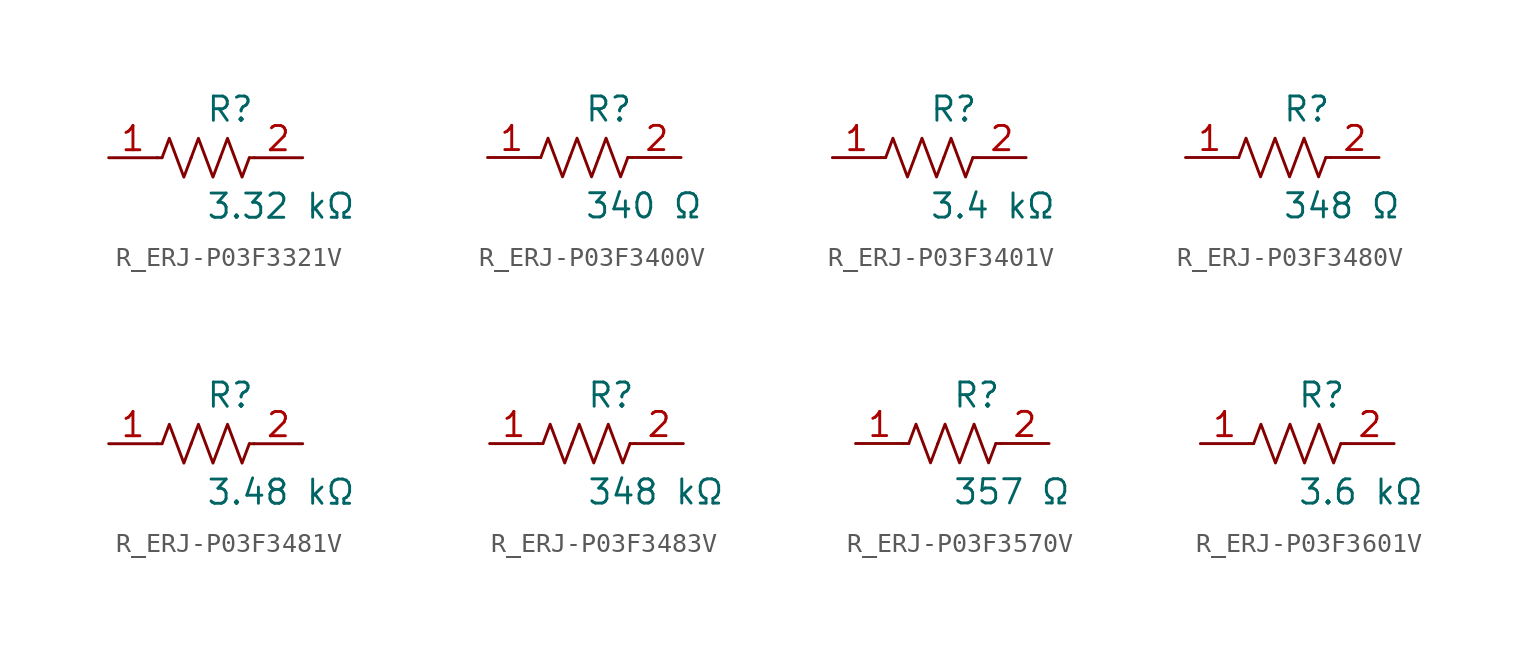
<source format=kicad_sym>
(kicad_symbol_lib
  (version 20231120)
  (generator kicad_symbol_editor)
  (generator_version 8.0)
  (symbol "R_ERJ-P03F3321V"
    (pin_names
      (offset 0.254))
    (property "Reference" "R"
      (at 0.0 2.54 0)
      (effects (font (size 1.27 1.27)) (justify left)))
    (property "Value" "3.32 kΩ"
      (at 0.0 -2.54 0)
      (effects (font (size 1.27 1.27)) (justify left)))
    (symbol "R_ERJ-P03F3321V_0_1"
      (polyline (pts (xy 2.286 0) (xy 2.54 0)) (stroke (width 0) (type default)) (fill (type none)))
      (polyline (pts (xy -2.286 0) (xy -2.54 0)) (stroke (width 0) (type default)) (fill (type none)))
      (polyline (pts (xy 0.762 0) (xy 1.143 1.016) (xy 1.524 0) (xy 1.905 -1.016) (xy 2.286 0)) (stroke (width 0) (type default)) (fill (type none)))
      (polyline (pts (xy -0.762 0) (xy -0.381 1.016) (xy 0 0) (xy 0.381 -1.016) (xy 0.762 0)) (stroke (width 0) (type default)) (fill (type none)))
      (polyline (pts (xy -2.286 0) (xy -1.905 1.016) (xy -1.524 0) (xy -1.143 -1.016) (xy -0.762 0)) (stroke (width 0) (type default)) (fill (type none))))
    (pin unspecified line
      (at -5.08 0 0)
      (length 2.54)
      (name "" (effects (font (size 1.27 1.27))))
      (number "1" (effects (font (size 1.27 1.27)))))
    (pin unspecified line
      (at 5.08 0 180)
      (length 2.54)
      (name "" (effects (font (size 1.27 1.27))))
      (number "2" (effects (font (size 1.27 1.27))))))
  (symbol "R_ERJ-P03F3400V"
    (pin_names
      (offset 0.254))
    (property "Reference" "R"
      (at 0.0 2.54 0)
      (effects (font (size 1.27 1.27)) (justify left)))
    (property "Value" "340 Ω"
      (at 0.0 -2.54 0)
      (effects (font (size 1.27 1.27)) (justify left)))
    (symbol "R_ERJ-P03F3400V_0_1"
      (polyline (pts (xy 2.286 0) (xy 2.54 0)) (stroke (width 0) (type default)) (fill (type none)))
      (polyline (pts (xy -2.286 0) (xy -2.54 0)) (stroke (width 0) (type default)) (fill (type none)))
      (polyline (pts (xy 0.762 0) (xy 1.143 1.016) (xy 1.524 0) (xy 1.905 -1.016) (xy 2.286 0)) (stroke (width 0) (type default)) (fill (type none)))
      (polyline (pts (xy -0.762 0) (xy -0.381 1.016) (xy 0 0) (xy 0.381 -1.016) (xy 0.762 0)) (stroke (width 0) (type default)) (fill (type none)))
      (polyline (pts (xy -2.286 0) (xy -1.905 1.016) (xy -1.524 0) (xy -1.143 -1.016) (xy -0.762 0)) (stroke (width 0) (type default)) (fill (type none))))
    (pin unspecified line
      (at -5.08 0 0)
      (length 2.54)
      (name "" (effects (font (size 1.27 1.27))))
      (number "1" (effects (font (size 1.27 1.27)))))
    (pin unspecified line
      (at 5.08 0 180)
      (length 2.54)
      (name "" (effects (font (size 1.27 1.27))))
      (number "2" (effects (font (size 1.27 1.27))))))
  (symbol "R_ERJ-P03F3401V"
    (pin_names
      (offset 0.254))
    (property "Reference" "R"
      (at 0.0 2.54 0)
      (effects (font (size 1.27 1.27)) (justify left)))
    (property "Value" "3.4 kΩ"
      (at 0.0 -2.54 0)
      (effects (font (size 1.27 1.27)) (justify left)))
    (symbol "R_ERJ-P03F3401V_0_1"
      (polyline (pts (xy 2.286 0) (xy 2.54 0)) (stroke (width 0) (type default)) (fill (type none)))
      (polyline (pts (xy -2.286 0) (xy -2.54 0)) (stroke (width 0) (type default)) (fill (type none)))
      (polyline (pts (xy 0.762 0) (xy 1.143 1.016) (xy 1.524 0) (xy 1.905 -1.016) (xy 2.286 0)) (stroke (width 0) (type default)) (fill (type none)))
      (polyline (pts (xy -0.762 0) (xy -0.381 1.016) (xy 0 0) (xy 0.381 -1.016) (xy 0.762 0)) (stroke (width 0) (type default)) (fill (type none)))
      (polyline (pts (xy -2.286 0) (xy -1.905 1.016) (xy -1.524 0) (xy -1.143 -1.016) (xy -0.762 0)) (stroke (width 0) (type default)) (fill (type none))))
    (pin unspecified line
      (at -5.08 0 0)
      (length 2.54)
      (name "" (effects (font (size 1.27 1.27))))
      (number "1" (effects (font (size 1.27 1.27)))))
    (pin unspecified line
      (at 5.08 0 180)
      (length 2.54)
      (name "" (effects (font (size 1.27 1.27))))
      (number "2" (effects (font (size 1.27 1.27))))))
  (symbol "R_ERJ-P03F3480V"
    (pin_names
      (offset 0.254))
    (property "Reference" "R"
      (at 0.0 2.54 0)
      (effects (font (size 1.27 1.27)) (justify left)))
    (property "Value" "348 Ω"
      (at 0.0 -2.54 0)
      (effects (font (size 1.27 1.27)) (justify left)))
    (symbol "R_ERJ-P03F3480V_0_1"
      (polyline (pts (xy 2.286 0) (xy 2.54 0)) (stroke (width 0) (type default)) (fill (type none)))
      (polyline (pts (xy -2.286 0) (xy -2.54 0)) (stroke (width 0) (type default)) (fill (type none)))
      (polyline (pts (xy 0.762 0) (xy 1.143 1.016) (xy 1.524 0) (xy 1.905 -1.016) (xy 2.286 0)) (stroke (width 0) (type default)) (fill (type none)))
      (polyline (pts (xy -0.762 0) (xy -0.381 1.016) (xy 0 0) (xy 0.381 -1.016) (xy 0.762 0)) (stroke (width 0) (type default)) (fill (type none)))
      (polyline (pts (xy -2.286 0) (xy -1.905 1.016) (xy -1.524 0) (xy -1.143 -1.016) (xy -0.762 0)) (stroke (width 0) (type default)) (fill (type none))))
    (pin unspecified line
      (at -5.08 0 0)
      (length 2.54)
      (name "" (effects (font (size 1.27 1.27))))
      (number "1" (effects (font (size 1.27 1.27)))))
    (pin unspecified line
      (at 5.08 0 180)
      (length 2.54)
      (name "" (effects (font (size 1.27 1.27))))
      (number "2" (effects (font (size 1.27 1.27))))))
  (symbol "R_ERJ-P03F3481V"
    (pin_names
      (offset 0.254))
    (property "Reference" "R"
      (at 0.0 2.54 0)
      (effects (font (size 1.27 1.27)) (justify left)))
    (property "Value" "3.48 kΩ"
      (at 0.0 -2.54 0)
      (effects (font (size 1.27 1.27)) (justify left)))
    (symbol "R_ERJ-P03F3481V_0_1"
      (polyline (pts (xy 2.286 0) (xy 2.54 0)) (stroke (width 0) (type default)) (fill (type none)))
      (polyline (pts (xy -2.286 0) (xy -2.54 0)) (stroke (width 0) (type default)) (fill (type none)))
      (polyline (pts (xy 0.762 0) (xy 1.143 1.016) (xy 1.524 0) (xy 1.905 -1.016) (xy 2.286 0)) (stroke (width 0) (type default)) (fill (type none)))
      (polyline (pts (xy -0.762 0) (xy -0.381 1.016) (xy 0 0) (xy 0.381 -1.016) (xy 0.762 0)) (stroke (width 0) (type default)) (fill (type none)))
      (polyline (pts (xy -2.286 0) (xy -1.905 1.016) (xy -1.524 0) (xy -1.143 -1.016) (xy -0.762 0)) (stroke (width 0) (type default)) (fill (type none))))
    (pin unspecified line
      (at -5.08 0 0)
      (length 2.54)
      (name "" (effects (font (size 1.27 1.27))))
      (number "1" (effects (font (size 1.27 1.27)))))
    (pin unspecified line
      (at 5.08 0 180)
      (length 2.54)
      (name "" (effects (font (size 1.27 1.27))))
      (number "2" (effects (font (size 1.27 1.27))))))
  (symbol "R_ERJ-P03F3483V"
    (pin_names
      (offset 0.254))
    (property "Reference" "R"
      (at 0.0 2.54 0)
      (effects (font (size 1.27 1.27)) (justify left)))
    (property "Value" "348 kΩ"
      (at 0.0 -2.54 0)
      (effects (font (size 1.27 1.27)) (justify left)))
    (symbol "R_ERJ-P03F3483V_0_1"
      (polyline (pts (xy 2.286 0) (xy 2.54 0)) (stroke (width 0) (type default)) (fill (type none)))
      (polyline (pts (xy -2.286 0) (xy -2.54 0)) (stroke (width 0) (type default)) (fill (type none)))
      (polyline (pts (xy 0.762 0) (xy 1.143 1.016) (xy 1.524 0) (xy 1.905 -1.016) (xy 2.286 0)) (stroke (width 0) (type default)) (fill (type none)))
      (polyline (pts (xy -0.762 0) (xy -0.381 1.016) (xy 0 0) (xy 0.381 -1.016) (xy 0.762 0)) (stroke (width 0) (type default)) (fill (type none)))
      (polyline (pts (xy -2.286 0) (xy -1.905 1.016) (xy -1.524 0) (xy -1.143 -1.016) (xy -0.762 0)) (stroke (width 0) (type default)) (fill (type none))))
    (pin unspecified line
      (at -5.08 0 0)
      (length 2.54)
      (name "" (effects (font (size 1.27 1.27))))
      (number "1" (effects (font (size 1.27 1.27)))))
    (pin unspecified line
      (at 5.08 0 180)
      (length 2.54)
      (name "" (effects (font (size 1.27 1.27))))
      (number "2" (effects (font (size 1.27 1.27))))))
  (symbol "R_ERJ-P03F3570V"
    (pin_names
      (offset 0.254))
    (property "Reference" "R"
      (at 0.0 2.54 0)
      (effects (font (size 1.27 1.27)) (justify left)))
    (property "Value" "357 Ω"
      (at 0.0 -2.54 0)
      (effects (font (size 1.27 1.27)) (justify left)))
    (symbol "R_ERJ-P03F3570V_0_1"
      (polyline (pts (xy 2.286 0) (xy 2.54 0)) (stroke (width 0) (type default)) (fill (type none)))
      (polyline (pts (xy -2.286 0) (xy -2.54 0)) (stroke (width 0) (type default)) (fill (type none)))
      (polyline (pts (xy 0.762 0) (xy 1.143 1.016) (xy 1.524 0) (xy 1.905 -1.016) (xy 2.286 0)) (stroke (width 0) (type default)) (fill (type none)))
      (polyline (pts (xy -0.762 0) (xy -0.381 1.016) (xy 0 0) (xy 0.381 -1.016) (xy 0.762 0)) (stroke (width 0) (type default)) (fill (type none)))
      (polyline (pts (xy -2.286 0) (xy -1.905 1.016) (xy -1.524 0) (xy -1.143 -1.016) (xy -0.762 0)) (stroke (width 0) (type default)) (fill (type none))))
    (pin unspecified line
      (at -5.08 0 0)
      (length 2.54)
      (name "" (effects (font (size 1.27 1.27))))
      (number "1" (effects (font (size 1.27 1.27)))))
    (pin unspecified line
      (at 5.08 0 180)
      (length 2.54)
      (name "" (effects (font (size 1.27 1.27))))
      (number "2" (effects (font (size 1.27 1.27))))))
  (symbol "R_ERJ-P03F3601V"
    (pin_names
      (offset 0.254))
    (property "Reference" "R"
      (at 0.0 2.54 0)
      (effects (font (size 1.27 1.27)) (justify left)))
    (property "Value" "3.6 kΩ"
      (at 0.0 -2.54 0)
      (effects (font (size 1.27 1.27)) (justify left)))
    (symbol "R_ERJ-P03F3601V_0_1"
      (polyline (pts (xy 2.286 0) (xy 2.54 0)) (stroke (width 0) (type default)) (fill (type none)))
      (polyline (pts (xy -2.286 0) (xy -2.54 0)) (stroke (width 0) (type default)) (fill (type none)))
      (polyline (pts (xy 0.762 0) (xy 1.143 1.016) (xy 1.524 0) (xy 1.905 -1.016) (xy 2.286 0)) (stroke (width 0) (type default)) (fill (type none)))
      (polyline (pts (xy -0.762 0) (xy -0.381 1.016) (xy 0 0) (xy 0.381 -1.016) (xy 0.762 0)) (stroke (width 0) (type default)) (fill (type none)))
      (polyline (pts (xy -2.286 0) (xy -1.905 1.016) (xy -1.524 0) (xy -1.143 -1.016) (xy -0.762 0)) (stroke (width 0) (type default)) (fill (type none))))
    (pin unspecified line
      (at -5.08 0 0)
      (length 2.54)
      (name "" (effects (font (size 1.27 1.27))))
      (number "1" (effects (font (size 1.27 1.27)))))
    (pin unspecified line
      (at 5.08 0 180)
      (length 2.54)
      (name "" (effects (font (size 1.27 1.27))))
      (number "2" (effects (font (size 1.27 1.27)))))))
</source>
